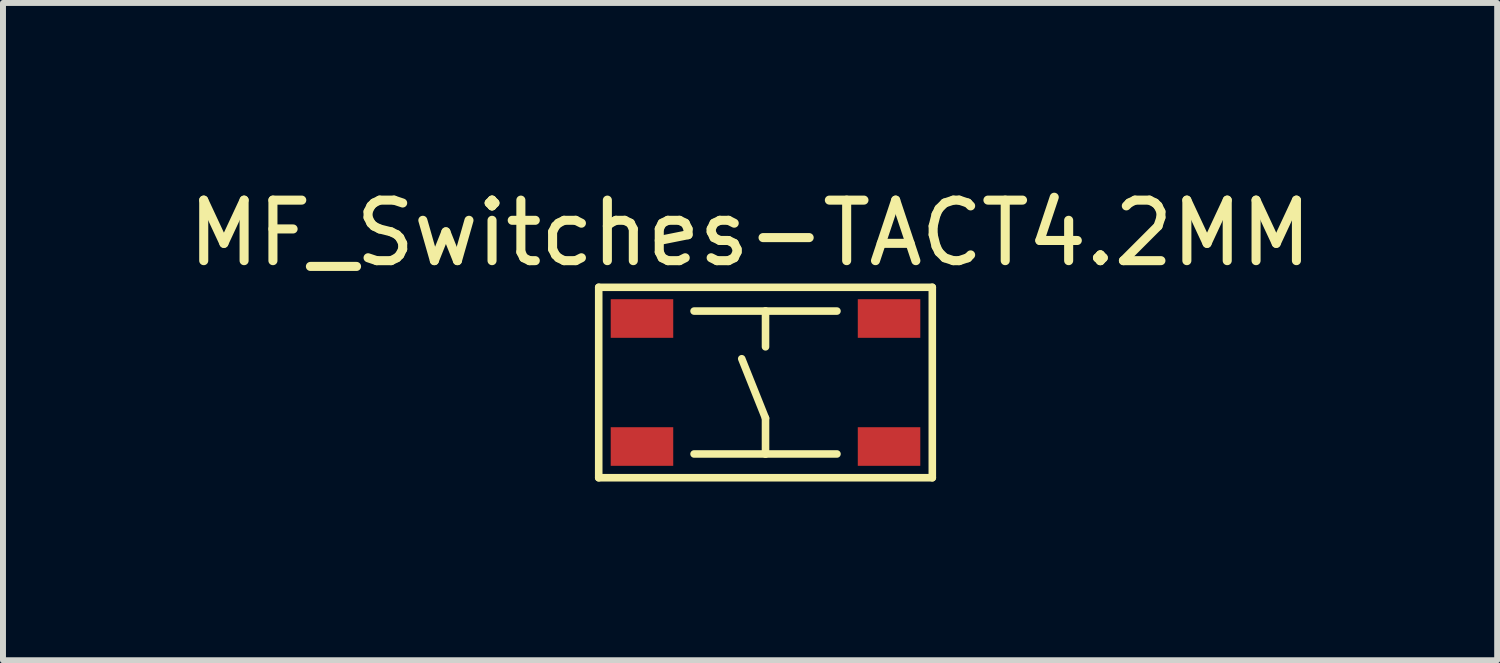
<source format=kicad_pcb>
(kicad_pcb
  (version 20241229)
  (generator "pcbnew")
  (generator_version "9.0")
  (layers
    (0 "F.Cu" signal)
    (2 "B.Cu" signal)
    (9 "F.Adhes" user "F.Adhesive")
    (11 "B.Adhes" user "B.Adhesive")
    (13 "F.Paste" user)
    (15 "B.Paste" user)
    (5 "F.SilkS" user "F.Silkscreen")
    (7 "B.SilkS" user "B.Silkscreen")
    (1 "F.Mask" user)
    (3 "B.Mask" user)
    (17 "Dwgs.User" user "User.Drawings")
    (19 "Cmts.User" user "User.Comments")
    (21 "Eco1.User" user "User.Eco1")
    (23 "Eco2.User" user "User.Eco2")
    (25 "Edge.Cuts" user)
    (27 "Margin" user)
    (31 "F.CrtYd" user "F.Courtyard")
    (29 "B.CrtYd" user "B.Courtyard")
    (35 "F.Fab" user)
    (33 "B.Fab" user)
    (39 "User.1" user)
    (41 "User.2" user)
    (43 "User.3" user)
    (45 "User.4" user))
  (footprint "MF_Switches-TACT4.2MM"
    (layer "F.Cu")
    (at 9.796 3.369)
    (property "Reference" "MF_Switches-TACT4.2MM" (at -0.259 -2.507 0) (layer "F.SilkS") (effects (font (size 1.016 1.016) (thickness 0.152))))
    (attr smd)
    (fp_line (start -2.799 -1.598) (end 2.799 -1.598) (stroke (width 0.127) (type solid)) (layer "F.SilkS"))
    (fp_line (start -2.799 1.598) (end -2.799 -1.598) (stroke (width 0.127) (type solid)) (layer "F.SilkS"))
    (fp_line (start -1.199 -1.199) (end 0 -1.199) (stroke (width 0.127) (type solid)) (layer "F.SilkS"))
    (fp_line (start -1.199 1.199) (end 0 1.199) (stroke (width 0.127) (type solid)) (layer "F.SilkS"))
    (fp_line (start 0 -1.199) (end 0 -0.599) (stroke (width 0.127) (type solid)) (layer "F.SilkS"))
    (fp_line (start 0 -1.199) (end 1.199 -1.199) (stroke (width 0.127) (type solid)) (layer "F.SilkS"))
    (fp_line (start 0 0.599) (end -0.399 -0.399) (stroke (width 0.127) (type solid)) (layer "F.SilkS"))
    (fp_line (start 0 1.199) (end 0 0.599) (stroke (width 0.127) (type solid)) (layer "F.SilkS"))
    (fp_line (start 0 1.199) (end 1.199 1.199) (stroke (width 0.127) (type solid)) (layer "F.SilkS"))
    (fp_line (start 2.799 -1.598) (end 2.799 1.598) (stroke (width 0.127) (type solid)) (layer "F.SilkS"))
    (fp_line (start 2.799 1.598) (end -2.799 1.598) (stroke (width 0.127) (type solid)) (layer "F.SilkS"))
    (pad "1" smd rect (at -2.073 -1.074 90) (size 0.648 1.049) (layers "F.Cu" "F.Mask" "F.Paste"))
    (pad "1" smd rect (at 2.073 -1.074 90) (size 0.648 1.049) (layers "F.Cu" "F.Mask" "F.Paste"))
    (pad "2" smd rect (at -2.073 1.074 90) (size 0.648 1.049) (layers "F.Cu" "F.Mask" "F.Paste"))
    (pad "2" smd rect (at 2.073 1.074 90) (size 0.648 1.049) (layers "F.Cu" "F.Mask" "F.Paste")))
  (gr_rect
    (start -3 -3)
    (end 22.074 8.03)
    (stroke (width 0.1) (type default))
    (fill no)
    (layer "Edge.Cuts")))
</source>
